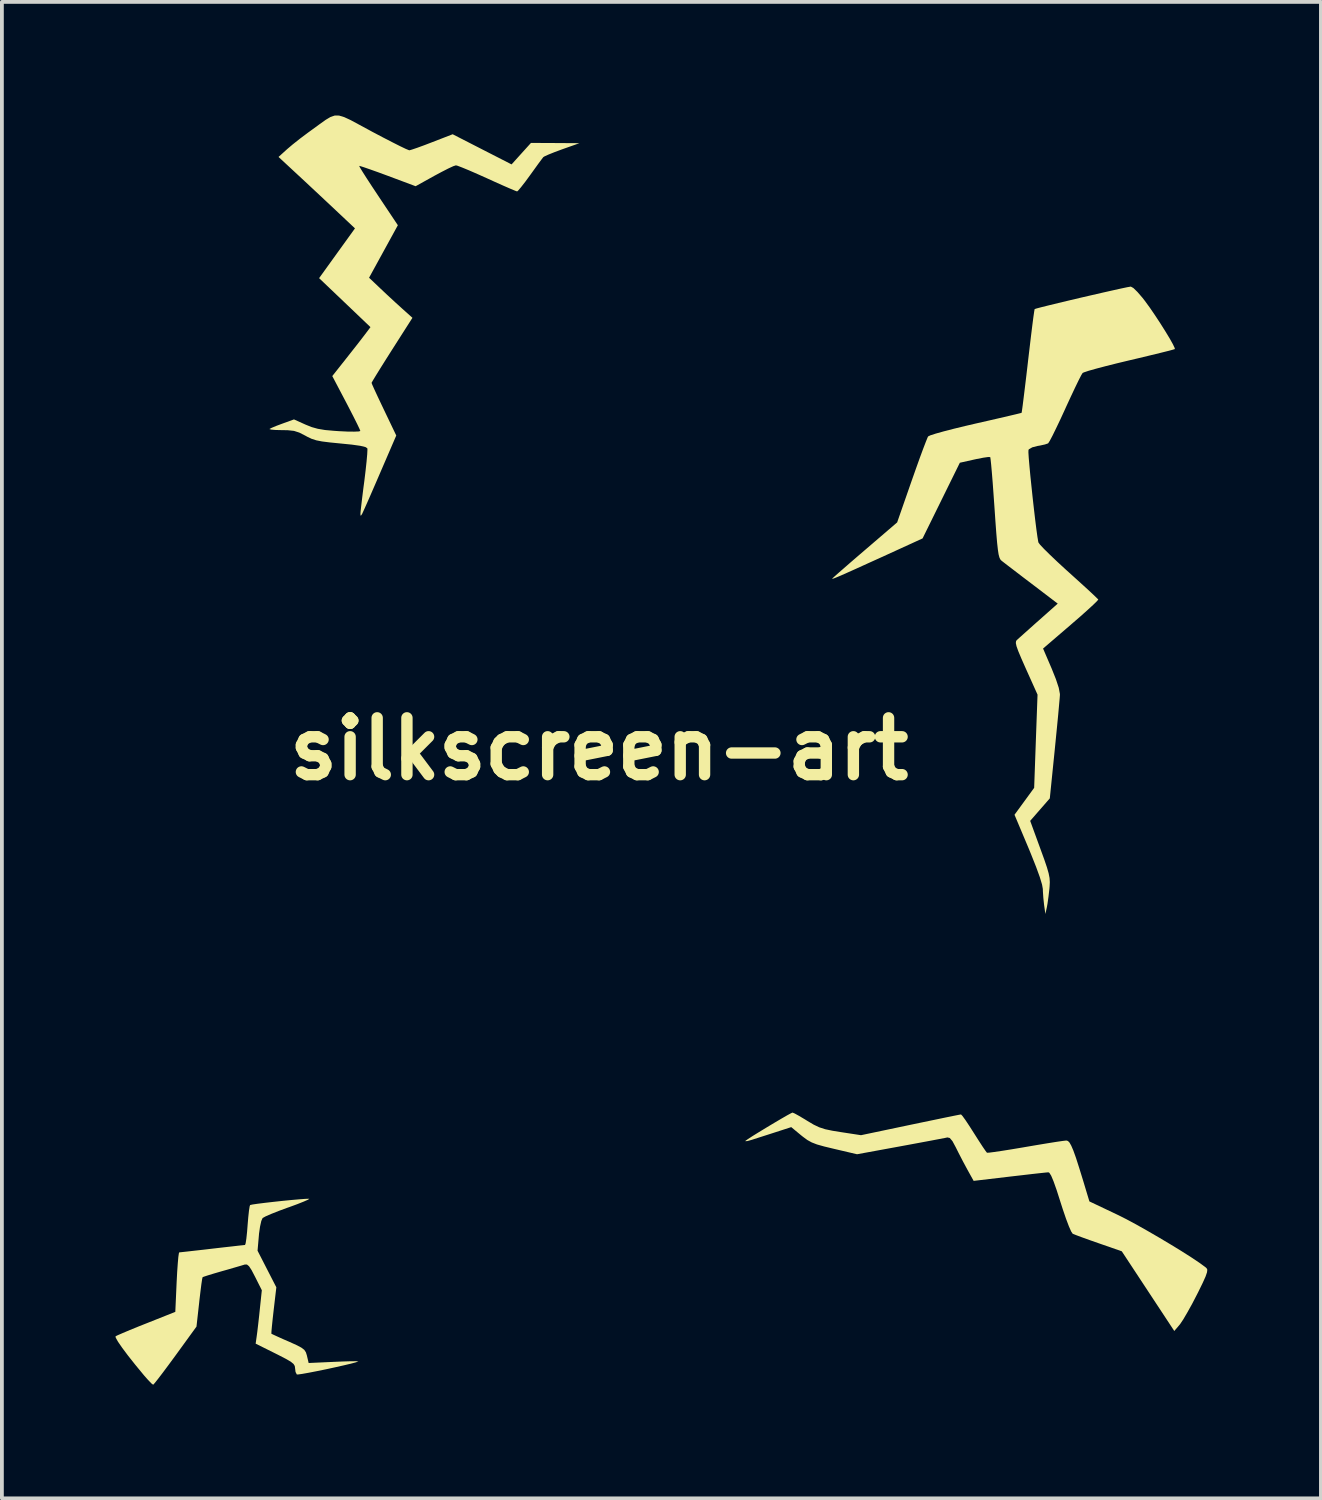
<source format=kicad_pcb>
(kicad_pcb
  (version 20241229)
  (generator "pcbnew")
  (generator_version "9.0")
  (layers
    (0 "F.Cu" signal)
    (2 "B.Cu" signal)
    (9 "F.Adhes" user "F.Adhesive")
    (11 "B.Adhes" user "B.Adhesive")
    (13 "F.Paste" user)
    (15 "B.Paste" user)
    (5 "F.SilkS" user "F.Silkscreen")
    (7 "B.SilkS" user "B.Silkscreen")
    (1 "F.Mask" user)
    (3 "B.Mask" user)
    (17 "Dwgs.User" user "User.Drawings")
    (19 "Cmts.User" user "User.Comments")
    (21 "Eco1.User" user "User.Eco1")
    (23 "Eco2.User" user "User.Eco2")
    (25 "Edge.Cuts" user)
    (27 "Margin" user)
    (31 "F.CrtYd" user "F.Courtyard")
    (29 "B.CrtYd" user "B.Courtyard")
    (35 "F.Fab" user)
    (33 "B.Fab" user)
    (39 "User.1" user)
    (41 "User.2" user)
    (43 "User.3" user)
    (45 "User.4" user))
  (footprint "silkscreen-art"
    (layer "F.Cu")
    (at 12.764 16.722)
    (property "Reference" "silkscreen-art" (at 0 0 0) (layer "F.SilkS") (effects (font (size 1.5 1.5) (thickness 0.3))))
    (attr board_only exclude_from_pos_files exclude_from_bom)
    (fp_poly (pts (xy 5.165 9.623) (xy 5.283 9.688) (xy 5.439 9.781) (xy 5.495 9.816) (xy 5.665 9.917) (xy 5.812 9.987) (xy 5.968 10.038) (xy 6.164 10.079) (xy 6.38 10.114) (xy 6.916 10.196) (xy 8.22 9.922) (xy 8.565 9.85) (xy 8.879 9.785) (xy 9.147 9.729) (xy 9.358 9.686) (xy 9.499 9.658) (xy 9.556 9.648) (xy 9.556 9.648) (xy 9.593 9.687) (xy 9.671 9.794) (xy 9.776 9.952) (xy 9.898 10.143) (xy 10.022 10.338) (xy 10.128 10.501) (xy 10.205 10.613) (xy 10.241 10.659) (xy 10.297 10.657) (xy 10.435 10.639) (xy 10.64 10.609) (xy 10.897 10.568) (xy 11.19 10.519) (xy 11.253 10.508) (xy 11.558 10.456) (xy 11.835 10.41) (xy 12.067 10.373) (xy 12.238 10.348) (xy 12.332 10.337) (xy 12.338 10.337) (xy 12.379 10.349) (xy 12.421 10.392) (xy 12.467 10.474) (xy 12.523 10.605) (xy 12.591 10.795) (xy 12.674 11.054) (xy 12.778 11.39) (xy 12.877 11.719) (xy 12.945 11.944) (xy 13.682 12.294) (xy 13.906 12.406) (xy 14.175 12.55) (xy 14.473 12.718) (xy 14.785 12.899) (xy 15.095 13.084) (xy 15.387 13.263) (xy 15.646 13.428) (xy 15.856 13.569) (xy 16.002 13.676) (xy 16.039 13.708) (xy 16.058 13.747) (xy 16.05 13.816) (xy 16.012 13.927) (xy 15.937 14.094) (xy 15.821 14.331) (xy 15.784 14.404) (xy 15.658 14.647) (xy 15.533 14.872) (xy 15.424 15.058) (xy 15.341 15.182) (xy 15.325 15.202) (xy 15.186 15.365) (xy 14.493 14.313) (xy 13.8 13.261) (xy 13.188 13.048) (xy 12.954 12.966) (xy 12.749 12.892) (xy 12.594 12.834) (xy 12.509 12.8) (xy 12.503 12.797) (xy 12.464 12.738) (xy 12.403 12.6) (xy 12.327 12.399) (xy 12.242 12.15) (xy 12.183 11.966) (xy 12.081 11.646) (xy 11.999 11.415) (xy 11.936 11.265) (xy 11.888 11.189) (xy 11.863 11.176) (xy 11.793 11.182) (xy 11.642 11.198) (xy 11.425 11.222) (xy 11.16 11.253) (xy 10.863 11.287) (xy 10.839 11.29) (xy 9.889 11.402) (xy 9.723 11.103) (xy 9.61 10.893) (xy 9.491 10.663) (xy 9.419 10.519) (xy 9.33 10.353) (xy 9.259 10.27) (xy 9.197 10.255) (xy 9.127 10.27) (xy 8.974 10.299) (xy 8.754 10.341) (xy 8.481 10.392) (xy 8.169 10.45) (xy 7.963 10.488) (xy 6.811 10.699) (xy 6.205 10.557) (xy 5.944 10.494) (xy 5.755 10.441) (xy 5.615 10.387) (xy 5.499 10.323) (xy 5.385 10.239) (xy 5.336 10.2) (xy 5.074 9.983) (xy 4.666 10.115) (xy 4.446 10.186) (xy 4.233 10.254) (xy 4.065 10.308) (xy 4.038 10.317) (xy 3.921 10.35) (xy 3.864 10.355) (xy 3.866 10.344) (xy 3.93 10.299) (xy 4.056 10.217) (xy 4.226 10.112) (xy 4.42 9.994) (xy 4.62 9.874) (xy 4.808 9.763) (xy 4.964 9.673) (xy 5.071 9.615) (xy 5.108 9.599)) (stroke (width 0) (type solid)) (fill yes) (layer "F.SilkS"))
    (fp_poly (pts (xy -7.65 11.876) (xy -7.684 11.9) (xy -7.796 11.949) (xy -7.967 12.017) (xy -8.182 12.096) (xy -8.223 12.11) (xy -8.454 12.195) (xy -8.653 12.274) (xy -8.802 12.339) (xy -8.879 12.382) (xy -8.882 12.384) (xy -8.916 12.461) (xy -8.949 12.608) (xy -8.976 12.796) (xy -8.98 12.847) (xy -9.015 13.245) (xy -8.767 13.729) (xy -8.519 14.212) (xy -8.59 14.819) (xy -8.616 15.051) (xy -8.636 15.244) (xy -8.648 15.379) (xy -8.65 15.436) (xy -8.65 15.437) (xy -8.603 15.46) (xy -8.486 15.514) (xy -8.319 15.589) (xy -8.196 15.642) (xy -7.992 15.734) (xy -7.86 15.803) (xy -7.782 15.862) (xy -7.739 15.927) (xy -7.712 16.013) (xy -7.71 16.023) (xy -7.666 16.21) (xy -7.002 16.18) (xy -6.761 16.17) (xy -6.562 16.164) (xy -6.422 16.163) (xy -6.358 16.167) (xy -6.356 16.169) (xy -6.415 16.191) (xy -6.549 16.227) (xy -6.739 16.272) (xy -6.965 16.323) (xy -7.208 16.376) (xy -7.448 16.425) (xy -7.664 16.467) (xy -7.838 16.498) (xy -7.948 16.513) (xy -7.978 16.513) (xy -8.012 16.447) (xy -8.024 16.351) (xy -8.032 16.29) (xy -8.065 16.235) (xy -8.139 16.175) (xy -8.268 16.1) (xy -8.467 15.997) (xy -8.545 15.958) (xy -9.065 15.699) (xy -9.039 15.516) (xy -9.022 15.39) (xy -8.999 15.196) (xy -8.973 14.965) (xy -8.957 14.811) (xy -8.902 14.289) (xy -9.08 13.935) (xy -9.173 13.757) (xy -9.24 13.655) (xy -9.294 13.611) (xy -9.35 13.61) (xy -9.36 13.613) (xy -9.449 13.64) (xy -9.607 13.686) (xy -9.809 13.745) (xy -9.955 13.786) (xy -10.161 13.846) (xy -10.328 13.897) (xy -10.437 13.933) (xy -10.466 13.945) (xy -10.478 13.998) (xy -10.498 14.13) (xy -10.522 14.322) (xy -10.55 14.556) (xy -10.555 14.606) (xy -10.627 15.249) (xy -11.183 16.015) (xy -11.358 16.253) (xy -11.513 16.461) (xy -11.64 16.627) (xy -11.728 16.738) (xy -11.77 16.783) (xy -11.771 16.784) (xy -11.816 16.75) (xy -11.904 16.659) (xy -12.017 16.531) (xy -12.02 16.527) (xy -12.24 16.26) (xy -12.432 16.018) (xy -12.587 15.811) (xy -12.698 15.65) (xy -12.758 15.544) (xy -12.764 15.505) (xy -12.707 15.477) (xy -12.574 15.419) (xy -12.382 15.338) (xy -12.147 15.242) (xy -11.955 15.166) (xy -11.186 14.86) (xy -11.151 14.075) (xy -11.137 13.81) (xy -11.121 13.583) (xy -11.106 13.411) (xy -11.091 13.31) (xy -11.083 13.29) (xy -11.026 13.284) (xy -10.888 13.269) (xy -10.685 13.246) (xy -10.434 13.218) (xy -10.214 13.192) (xy -9.938 13.16) (xy -9.696 13.133) (xy -9.505 13.111) (xy -9.383 13.098) (xy -9.345 13.094) (xy -9.329 13.048) (xy -9.31 12.924) (xy -9.291 12.743) (xy -9.278 12.576) (xy -9.26 12.362) (xy -9.241 12.187) (xy -9.223 12.073) (xy -9.211 12.04) (xy -9.15 12.026) (xy -9.013 12.006) (xy -8.821 11.982) (xy -8.595 11.956) (xy -8.355 11.93) (xy -8.121 11.907) (xy -7.915 11.889) (xy -7.755 11.877) (xy -7.664 11.874)) (stroke (width 0) (type solid)) (fill yes) (layer "F.SilkS"))
    (fp_poly (pts (xy -6.863 -16.721) (xy -6.729 -16.681) (xy -6.558 -16.602) (xy -6.335 -16.482) (xy -6.041 -16.323) (xy -5.992 -16.296) (xy -5.715 -16.15) (xy -5.465 -16.021) (xy -5.257 -15.916) (xy -5.103 -15.842) (xy -5.018 -15.807) (xy -5.007 -15.804) (xy -4.94 -15.823) (xy -4.801 -15.87) (xy -4.612 -15.939) (xy -4.406 -16.018) (xy -3.864 -16.228) (xy -3.087 -15.83) (xy -2.309 -15.432) (xy -2.053 -15.716) (xy -1.797 -15.999) (xy -1.157 -15.996) (xy -0.517 -15.992) (xy -0.975 -15.83) (xy -1.174 -15.756) (xy -1.338 -15.69) (xy -1.445 -15.641) (xy -1.472 -15.623) (xy -1.515 -15.567) (xy -1.602 -15.45) (xy -1.718 -15.289) (xy -1.819 -15.149) (xy -1.948 -14.973) (xy -2.058 -14.832) (xy -2.134 -14.742) (xy -2.163 -14.718) (xy -2.217 -14.738) (xy -2.346 -14.792) (xy -2.532 -14.873) (xy -2.762 -14.976) (xy -2.953 -15.063) (xy -3.208 -15.177) (xy -3.435 -15.276) (xy -3.617 -15.351) (xy -3.738 -15.397) (xy -3.778 -15.407) (xy -3.847 -15.385) (xy -3.981 -15.323) (xy -4.16 -15.231) (xy -4.345 -15.132) (xy -4.842 -14.856) (xy -5.58 -15.132) (xy -5.83 -15.224) (xy -6.046 -15.301) (xy -6.211 -15.358) (xy -6.31 -15.389) (xy -6.332 -15.393) (xy -6.311 -15.349) (xy -6.243 -15.237) (xy -6.136 -15.069) (xy -5.998 -14.857) (xy -5.838 -14.616) (xy -5.829 -14.602) (xy -5.311 -13.826) (xy -5.691 -13.133) (xy -6.071 -12.44) (xy -5.78 -12.164) (xy -5.591 -11.986) (xy -5.382 -11.793) (xy -5.207 -11.634) (xy -4.926 -11.382) (xy -5.466 -10.536) (xy -5.629 -10.279) (xy -5.772 -10.051) (xy -5.887 -9.865) (xy -5.967 -9.733) (xy -6.004 -9.668) (xy -6.005 -9.664) (xy -5.985 -9.612) (xy -5.93 -9.489) (xy -5.846 -9.308) (xy -5.741 -9.086) (xy -5.679 -8.956) (xy -5.353 -8.275) (xy -5.784 -7.276) (xy -5.912 -6.98) (xy -6.028 -6.713) (xy -6.127 -6.487) (xy -6.203 -6.318) (xy -6.248 -6.219) (xy -6.256 -6.202) (xy -6.29 -6.153) (xy -6.299 -6.193) (xy -6.299 -6.202) (xy -6.294 -6.274) (xy -6.277 -6.426) (xy -6.252 -6.638) (xy -6.22 -6.894) (xy -6.196 -7.074) (xy -6.163 -7.347) (xy -6.137 -7.588) (xy -6.12 -7.779) (xy -6.114 -7.902) (xy -6.117 -7.938) (xy -6.169 -7.971) (xy -6.303 -8.003) (xy -6.523 -8.034) (xy -6.822 -8.064) (xy -7.105 -8.092) (xy -7.312 -8.118) (xy -7.465 -8.148) (xy -7.586 -8.187) (xy -7.698 -8.24) (xy -7.756 -8.272) (xy -7.913 -8.352) (xy -8.053 -8.397) (xy -8.221 -8.415) (xy -8.37 -8.417) (xy -8.539 -8.421) (xy -8.656 -8.431) (xy -8.701 -8.445) (xy -8.7 -8.447) (xy -8.641 -8.478) (xy -8.517 -8.53) (xy -8.362 -8.588) (xy -8.053 -8.7) (xy -7.747 -8.562) (xy -7.585 -8.497) (xy -7.424 -8.452) (xy -7.234 -8.42) (xy -6.988 -8.398) (xy -6.871 -8.39) (xy -6.647 -8.379) (xy -6.465 -8.377) (xy -6.343 -8.382) (xy -6.301 -8.394) (xy -6.323 -8.449) (xy -6.383 -8.575) (xy -6.474 -8.757) (xy -6.588 -8.979) (xy -6.671 -9.139) (xy -7.042 -9.844) (xy -6.681 -10.3) (xy -6.522 -10.502) (xy -6.37 -10.695) (xy -6.246 -10.856) (xy -6.177 -10.946) (xy -6.034 -11.136) (xy -6.712 -11.783) (xy -7.39 -12.429) (xy -6.917 -13.086) (xy -6.443 -13.743) (xy -6.95 -14.22) (xy -7.196 -14.451) (xy -7.475 -14.712) (xy -7.751 -14.97) (xy -7.959 -15.163) (xy -8.461 -15.629) (xy -8.23 -15.838) (xy -8.086 -15.96) (xy -7.893 -16.113) (xy -7.681 -16.272) (xy -7.576 -16.348) (xy -7.372 -16.497) (xy -7.215 -16.609) (xy -7.089 -16.684) (xy -6.977 -16.722)) (stroke (width 0) (type solid)) (fill yes) (layer "F.SilkS"))
    (fp_poly (pts (xy 14.106 -12.169) (xy 14.213 -12.065) (xy 14.346 -11.911) (xy 14.412 -11.826) (xy 14.541 -11.649) (xy 14.681 -11.444) (xy 14.822 -11.229) (xy 14.954 -11.019) (xy 15.068 -10.831) (xy 15.152 -10.68) (xy 15.197 -10.584) (xy 15.201 -10.557) (xy 15.149 -10.541) (xy 15.015 -10.505) (xy 14.811 -10.454) (xy 14.552 -10.391) (xy 14.249 -10.318) (xy 14.002 -10.26) (xy 13.673 -10.181) (xy 13.375 -10.106) (xy 13.121 -10.039) (xy 12.926 -9.984) (xy 12.803 -9.943) (xy 12.766 -9.926) (xy 12.729 -9.865) (xy 12.659 -9.729) (xy 12.564 -9.533) (xy 12.45 -9.291) (xy 12.324 -9.018) (xy 12.31 -8.986) (xy 12.184 -8.712) (xy 12.068 -8.469) (xy 11.971 -8.271) (xy 11.898 -8.133) (xy 11.856 -8.069) (xy 11.854 -8.067) (xy 11.773 -8.039) (xy 11.637 -8.009) (xy 11.581 -8) (xy 11.437 -7.963) (xy 11.348 -7.911) (xy 11.337 -7.893) (xy 11.335 -7.829) (xy 11.344 -7.683) (xy 11.362 -7.474) (xy 11.386 -7.216) (xy 11.416 -6.928) (xy 11.448 -6.625) (xy 11.482 -6.324) (xy 11.515 -6.042) (xy 11.546 -5.796) (xy 11.573 -5.601) (xy 11.594 -5.476) (xy 11.6 -5.45) (xy 11.643 -5.392) (xy 11.748 -5.28) (xy 11.905 -5.125) (xy 12.102 -4.938) (xy 12.327 -4.731) (xy 12.396 -4.669) (xy 12.626 -4.461) (xy 12.83 -4.276) (xy 12.997 -4.122) (xy 13.115 -4.01) (xy 13.175 -3.951) (xy 13.18 -3.945) (xy 13.148 -3.905) (xy 13.052 -3.811) (xy 12.903 -3.674) (xy 12.713 -3.504) (xy 12.491 -3.312) (xy 12.457 -3.282) (xy 11.722 -2.651) (xy 11.948 -2.125) (xy 12.061 -1.843) (xy 12.136 -1.615) (xy 12.166 -1.455) (xy 12.167 -1.428) (xy 12.16 -1.333) (xy 12.144 -1.155) (xy 12.122 -0.91) (xy 12.093 -0.612) (xy 12.06 -0.278) (xy 12.03 0.025) (xy 11.9 1.304) (xy 11.641 1.601) (xy 11.382 1.898) (xy 11.651 2.635) (xy 11.753 2.916) (xy 11.824 3.125) (xy 11.869 3.282) (xy 11.893 3.406) (xy 11.9 3.516) (xy 11.894 3.634) (xy 11.889 3.692) (xy 11.866 3.891) (xy 11.84 4.078) (xy 11.821 4.184) (xy 11.783 4.356) (xy 11.749 4.116) (xy 11.729 3.929) (xy 11.717 3.749) (xy 11.716 3.697) (xy 11.695 3.579) (xy 11.635 3.38) (xy 11.537 3.111) (xy 11.405 2.779) (xy 11.343 2.628) (xy 10.968 1.737) (xy 11.228 1.381) (xy 11.487 1.026) (xy 11.531 -0.204) (xy 11.576 -1.434) (xy 11.267 -2.121) (xy 11.149 -2.388) (xy 11.068 -2.581) (xy 11.021 -2.712) (xy 11.003 -2.797) (xy 11.01 -2.849) (xy 11.029 -2.875) (xy 11.091 -2.931) (xy 11.211 -3.038) (xy 11.372 -3.182) (xy 11.559 -3.349) (xy 11.605 -3.389) (xy 12.109 -3.837) (xy 11.412 -4.368) (xy 11.18 -4.544) (xy 10.97 -4.705) (xy 10.796 -4.838) (xy 10.674 -4.932) (xy 10.623 -4.972) (xy 10.594 -5.003) (xy 10.57 -5.054) (xy 10.548 -5.137) (xy 10.529 -5.263) (xy 10.509 -5.443) (xy 10.488 -5.689) (xy 10.464 -6.012) (xy 10.44 -6.364) (xy 10.415 -6.714) (xy 10.392 -7.031) (xy 10.37 -7.301) (xy 10.351 -7.513) (xy 10.336 -7.652) (xy 10.327 -7.706) (xy 10.327 -7.706) (xy 10.271 -7.707) (xy 10.144 -7.689) (xy 9.97 -7.655) (xy 9.914 -7.643) (xy 9.525 -7.556) (xy 9.033 -6.557) (xy 8.541 -5.558) (xy 7.458 -5.063) (xy 7.076 -4.89) (xy 6.775 -4.753) (xy 6.545 -4.65) (xy 6.378 -4.576) (xy 6.264 -4.528) (xy 6.195 -4.501) (xy 6.161 -4.492) (xy 6.153 -4.495) (xy 6.189 -4.529) (xy 6.289 -4.619) (xy 6.443 -4.753) (xy 6.64 -4.925) (xy 6.871 -5.124) (xy 7.011 -5.244) (xy 7.87 -5.981) (xy 8.254 -7.083) (xy 8.365 -7.397) (xy 8.467 -7.682) (xy 8.556 -7.923) (xy 8.627 -8.108) (xy 8.673 -8.222) (xy 8.688 -8.251) (xy 8.748 -8.28) (xy 8.891 -8.326) (xy 9.102 -8.385) (xy 9.369 -8.454) (xy 9.678 -8.529) (xy 9.94 -8.59) (xy 10.27 -8.665) (xy 10.565 -8.733) (xy 10.815 -8.791) (xy 11.005 -8.836) (xy 11.123 -8.865) (xy 11.156 -8.875) (xy 11.164 -8.925) (xy 11.183 -9.061) (xy 11.209 -9.269) (xy 11.242 -9.537) (xy 11.28 -9.852) (xy 11.321 -10.202) (xy 11.325 -10.24) (xy 11.367 -10.594) (xy 11.405 -10.914) (xy 11.439 -11.189) (xy 11.467 -11.405) (xy 11.488 -11.55) (xy 11.499 -11.611) (xy 11.499 -11.612) (xy 11.551 -11.629) (xy 11.683 -11.664) (xy 11.88 -11.713) (xy 12.126 -11.773) (xy 12.407 -11.84) (xy 12.707 -11.911) (xy 13.01 -11.981) (xy 13.301 -12.048) (xy 13.563 -12.107) (xy 13.783 -12.156) (xy 13.944 -12.19) (xy 14.032 -12.205) (xy 14.039 -12.206)) (stroke (width 0) (type solid)) (fill yes) (layer "F.SilkS")))
  (gr_rect
    (start -3 -3)
    (end 31.821 36.505)
    (stroke (width 0.1) (type default))
    (fill no)
    (layer "Edge.Cuts")))
</source>
